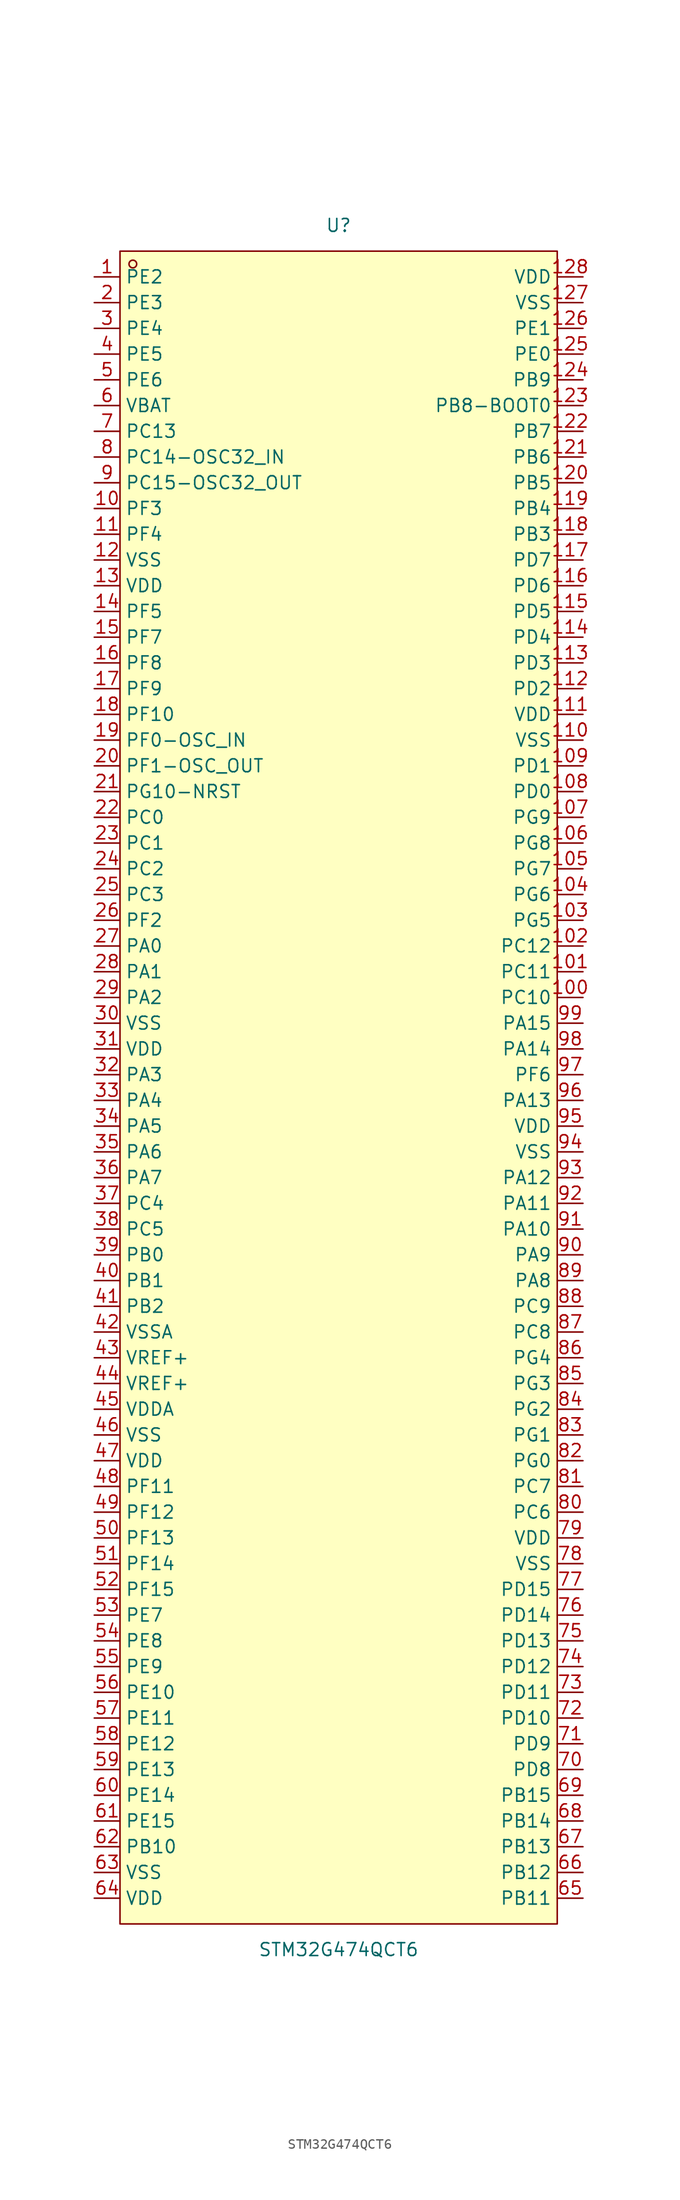
<source format=kicad_sym>
(kicad_symbol_lib
  (version 20241209)
  (generator "kicad_symbol_editor")
  (generator_version "9.0")
  (symbol "STM32G474QCT6"
    (property "Reference" "U"
      (at 0 85.09 0)
      (effects (font (size 1.27 1.27))))
    (property "Value" "STM32G474QCT6"
      (at 0 -85.09 0)
      (effects (font (size 1.27 1.27))))
    (symbol "STM32G474QCT6_0_1"
      (rectangle (start -21.59 82.55) (end 21.59 -82.55) (stroke (width 0) (type default)) (fill (type background)))
      (circle (center -20.32 81.28) (radius 0.38) (stroke (width 0) (type default)) (fill (type none)))
      (pin unspecified line (at -24.13 80.01 0) (length 2.54) (name "PE2" (effects (font (size 1.27 1.27)))) (number "1" (effects (font (size 1.27 1.27)))))
      (pin unspecified line (at -24.13 77.47 0) (length 2.54) (name "PE3" (effects (font (size 1.27 1.27)))) (number "2" (effects (font (size 1.27 1.27)))))
      (pin unspecified line (at -24.13 74.93 0) (length 2.54) (name "PE4" (effects (font (size 1.27 1.27)))) (number "3" (effects (font (size 1.27 1.27)))))
      (pin unspecified line (at -24.13 72.39 0) (length 2.54) (name "PE5" (effects (font (size 1.27 1.27)))) (number "4" (effects (font (size 1.27 1.27)))))
      (pin unspecified line (at -24.13 69.85 0) (length 2.54) (name "PE6" (effects (font (size 1.27 1.27)))) (number "5" (effects (font (size 1.27 1.27)))))
      (pin unspecified line (at -24.13 67.31 0) (length 2.54) (name "VBAT" (effects (font (size 1.27 1.27)))) (number "6" (effects (font (size 1.27 1.27)))))
      (pin unspecified line (at -24.13 64.77 0) (length 2.54) (name "PC13" (effects (font (size 1.27 1.27)))) (number "7" (effects (font (size 1.27 1.27)))))
      (pin unspecified line (at -24.13 62.23 0) (length 2.54) (name "PC14-OSC32_IN" (effects (font (size 1.27 1.27)))) (number "8" (effects (font (size 1.27 1.27)))))
      (pin unspecified line (at -24.13 59.69 0) (length 2.54) (name "PC15-OSC32_OUT" (effects (font (size 1.27 1.27)))) (number "9" (effects (font (size 1.27 1.27)))))
      (pin unspecified line (at -24.13 57.15 0) (length 2.54) (name "PF3" (effects (font (size 1.27 1.27)))) (number "10" (effects (font (size 1.27 1.27)))))
      (pin unspecified line (at -24.13 54.61 0) (length 2.54) (name "PF4" (effects (font (size 1.27 1.27)))) (number "11" (effects (font (size 1.27 1.27)))))
      (pin unspecified line (at -24.13 52.07 0) (length 2.54) (name "VSS" (effects (font (size 1.27 1.27)))) (number "12" (effects (font (size 1.27 1.27)))))
      (pin unspecified line (at -24.13 49.53 0) (length 2.54) (name "VDD" (effects (font (size 1.27 1.27)))) (number "13" (effects (font (size 1.27 1.27)))))
      (pin unspecified line (at -24.13 46.99 0) (length 2.54) (name "PF5" (effects (font (size 1.27 1.27)))) (number "14" (effects (font (size 1.27 1.27)))))
      (pin unspecified line (at -24.13 44.45 0) (length 2.54) (name "PF7" (effects (font (size 1.27 1.27)))) (number "15" (effects (font (size 1.27 1.27)))))
      (pin unspecified line (at -24.13 41.91 0) (length 2.54) (name "PF8" (effects (font (size 1.27 1.27)))) (number "16" (effects (font (size 1.27 1.27)))))
      (pin unspecified line (at -24.13 39.37 0) (length 2.54) (name "PF9" (effects (font (size 1.27 1.27)))) (number "17" (effects (font (size 1.27 1.27)))))
      (pin unspecified line (at -24.13 36.83 0) (length 2.54) (name "PF10" (effects (font (size 1.27 1.27)))) (number "18" (effects (font (size 1.27 1.27)))))
      (pin unspecified line (at -24.13 34.29 0) (length 2.54) (name "PF0-OSC_IN" (effects (font (size 1.27 1.27)))) (number "19" (effects (font (size 1.27 1.27)))))
      (pin unspecified line (at -24.13 31.75 0) (length 2.54) (name "PF1-OSC_OUT" (effects (font (size 1.27 1.27)))) (number "20" (effects (font (size 1.27 1.27)))))
      (pin unspecified line (at -24.13 29.21 0) (length 2.54) (name "PG10-NRST" (effects (font (size 1.27 1.27)))) (number "21" (effects (font (size 1.27 1.27)))))
      (pin unspecified line (at -24.13 26.67 0) (length 2.54) (name "PC0" (effects (font (size 1.27 1.27)))) (number "22" (effects (font (size 1.27 1.27)))))
      (pin unspecified line (at -24.13 24.13 0) (length 2.54) (name "PC1" (effects (font (size 1.27 1.27)))) (number "23" (effects (font (size 1.27 1.27)))))
      (pin unspecified line (at -24.13 21.59 0) (length 2.54) (name "PC2" (effects (font (size 1.27 1.27)))) (number "24" (effects (font (size 1.27 1.27)))))
      (pin unspecified line (at -24.13 19.05 0) (length 2.54) (name "PC3" (effects (font (size 1.27 1.27)))) (number "25" (effects (font (size 1.27 1.27)))))
      (pin unspecified line (at -24.13 16.51 0) (length 2.54) (name "PF2" (effects (font (size 1.27 1.27)))) (number "26" (effects (font (size 1.27 1.27)))))
      (pin unspecified line (at -24.13 13.97 0) (length 2.54) (name "PA0" (effects (font (size 1.27 1.27)))) (number "27" (effects (font (size 1.27 1.27)))))
      (pin unspecified line (at -24.13 11.43 0) (length 2.54) (name "PA1" (effects (font (size 1.27 1.27)))) (number "28" (effects (font (size 1.27 1.27)))))
      (pin unspecified line (at -24.13 8.89 0) (length 2.54) (name "PA2" (effects (font (size 1.27 1.27)))) (number "29" (effects (font (size 1.27 1.27)))))
      (pin unspecified line (at -24.13 6.35 0) (length 2.54) (name "VSS" (effects (font (size 1.27 1.27)))) (number "30" (effects (font (size 1.27 1.27)))))
      (pin unspecified line (at -24.13 3.81 0) (length 2.54) (name "VDD" (effects (font (size 1.27 1.27)))) (number "31" (effects (font (size 1.27 1.27)))))
      (pin unspecified line (at -24.13 1.27 0) (length 2.54) (name "PA3" (effects (font (size 1.27 1.27)))) (number "32" (effects (font (size 1.27 1.27)))))
      (pin unspecified line (at -24.13 -1.27 0) (length 2.54) (name "PA4" (effects (font (size 1.27 1.27)))) (number "33" (effects (font (size 1.27 1.27)))))
      (pin unspecified line (at -24.13 -3.81 0) (length 2.54) (name "PA5" (effects (font (size 1.27 1.27)))) (number "34" (effects (font (size 1.27 1.27)))))
      (pin unspecified line (at -24.13 -6.35 0) (length 2.54) (name "PA6" (effects (font (size 1.27 1.27)))) (number "35" (effects (font (size 1.27 1.27)))))
      (pin unspecified line (at -24.13 -8.89 0) (length 2.54) (name "PA7" (effects (font (size 1.27 1.27)))) (number "36" (effects (font (size 1.27 1.27)))))
      (pin unspecified line (at -24.13 -11.43 0) (length 2.54) (name "PC4" (effects (font (size 1.27 1.27)))) (number "37" (effects (font (size 1.27 1.27)))))
      (pin unspecified line (at -24.13 -13.97 0) (length 2.54) (name "PC5" (effects (font (size 1.27 1.27)))) (number "38" (effects (font (size 1.27 1.27)))))
      (pin unspecified line (at -24.13 -16.51 0) (length 2.54) (name "PB0" (effects (font (size 1.27 1.27)))) (number "39" (effects (font (size 1.27 1.27)))))
      (pin unspecified line (at -24.13 -19.05 0) (length 2.54) (name "PB1" (effects (font (size 1.27 1.27)))) (number "40" (effects (font (size 1.27 1.27)))))
      (pin unspecified line (at -24.13 -21.59 0) (length 2.54) (name "PB2" (effects (font (size 1.27 1.27)))) (number "41" (effects (font (size 1.27 1.27)))))
      (pin unspecified line (at -24.13 -24.13 0) (length 2.54) (name "VSSA" (effects (font (size 1.27 1.27)))) (number "42" (effects (font (size 1.27 1.27)))))
      (pin unspecified line (at -24.13 -26.67 0) (length 2.54) (name "VREF+" (effects (font (size 1.27 1.27)))) (number "43" (effects (font (size 1.27 1.27)))))
      (pin unspecified line (at -24.13 -29.21 0) (length 2.54) (name "VREF+" (effects (font (size 1.27 1.27)))) (number "44" (effects (font (size 1.27 1.27)))))
      (pin unspecified line (at -24.13 -31.75 0) (length 2.54) (name "VDDA" (effects (font (size 1.27 1.27)))) (number "45" (effects (font (size 1.27 1.27)))))
      (pin unspecified line (at -24.13 -34.29 0) (length 2.54) (name "VSS" (effects (font (size 1.27 1.27)))) (number "46" (effects (font (size 1.27 1.27)))))
      (pin unspecified line (at -24.13 -36.83 0) (length 2.54) (name "VDD" (effects (font (size 1.27 1.27)))) (number "47" (effects (font (size 1.27 1.27)))))
      (pin unspecified line (at -24.13 -39.37 0) (length 2.54) (name "PF11" (effects (font (size 1.27 1.27)))) (number "48" (effects (font (size 1.27 1.27)))))
      (pin unspecified line (at -24.13 -41.91 0) (length 2.54) (name "PF12" (effects (font (size 1.27 1.27)))) (number "49" (effects (font (size 1.27 1.27)))))
      (pin unspecified line (at -24.13 -44.45 0) (length 2.54) (name "PF13" (effects (font (size 1.27 1.27)))) (number "50" (effects (font (size 1.27 1.27)))))
      (pin unspecified line (at -24.13 -46.99 0) (length 2.54) (name "PF14" (effects (font (size 1.27 1.27)))) (number "51" (effects (font (size 1.27 1.27)))))
      (pin unspecified line (at -24.13 -49.53 0) (length 2.54) (name "PF15" (effects (font (size 1.27 1.27)))) (number "52" (effects (font (size 1.27 1.27)))))
      (pin unspecified line (at -24.13 -52.07 0) (length 2.54) (name "PE7" (effects (font (size 1.27 1.27)))) (number "53" (effects (font (size 1.27 1.27)))))
      (pin unspecified line (at -24.13 -54.61 0) (length 2.54) (name "PE8" (effects (font (size 1.27 1.27)))) (number "54" (effects (font (size 1.27 1.27)))))
      (pin unspecified line (at -24.13 -57.15 0) (length 2.54) (name "PE9" (effects (font (size 1.27 1.27)))) (number "55" (effects (font (size 1.27 1.27)))))
      (pin unspecified line (at -24.13 -59.69 0) (length 2.54) (name "PE10" (effects (font (size 1.27 1.27)))) (number "56" (effects (font (size 1.27 1.27)))))
      (pin unspecified line (at -24.13 -62.23 0) (length 2.54) (name "PE11" (effects (font (size 1.27 1.27)))) (number "57" (effects (font (size 1.27 1.27)))))
      (pin unspecified line (at -24.13 -64.77 0) (length 2.54) (name "PE12" (effects (font (size 1.27 1.27)))) (number "58" (effects (font (size 1.27 1.27)))))
      (pin unspecified line (at -24.13 -67.31 0) (length 2.54) (name "PE13" (effects (font (size 1.27 1.27)))) (number "59" (effects (font (size 1.27 1.27)))))
      (pin unspecified line (at -24.13 -69.85 0) (length 2.54) (name "PE14" (effects (font (size 1.27 1.27)))) (number "60" (effects (font (size 1.27 1.27)))))
      (pin unspecified line (at -24.13 -72.39 0) (length 2.54) (name "PE15" (effects (font (size 1.27 1.27)))) (number "61" (effects (font (size 1.27 1.27)))))
      (pin unspecified line (at -24.13 -74.93 0) (length 2.54) (name "PB10" (effects (font (size 1.27 1.27)))) (number "62" (effects (font (size 1.27 1.27)))))
      (pin unspecified line (at -24.13 -77.47 0) (length 2.54) (name "VSS" (effects (font (size 1.27 1.27)))) (number "63" (effects (font (size 1.27 1.27)))))
      (pin unspecified line (at -24.13 -80.01 0) (length 2.54) (name "VDD" (effects (font (size 1.27 1.27)))) (number "64" (effects (font (size 1.27 1.27)))))
      (pin unspecified line (at 24.13 80.01 180) (length 2.54) (name "VDD" (effects (font (size 1.27 1.27)))) (number "128" (effects (font (size 1.27 1.27)))))
      (pin unspecified line (at 24.13 77.47 180) (length 2.54) (name "VSS" (effects (font (size 1.27 1.27)))) (number "127" (effects (font (size 1.27 1.27)))))
      (pin unspecified line (at 24.13 74.93 180) (length 2.54) (name "PE1" (effects (font (size 1.27 1.27)))) (number "126" (effects (font (size 1.27 1.27)))))
      (pin unspecified line (at 24.13 72.39 180) (length 2.54) (name "PE0" (effects (font (size 1.27 1.27)))) (number "125" (effects (font (size 1.27 1.27)))))
      (pin unspecified line (at 24.13 69.85 180) (length 2.54) (name "PB9" (effects (font (size 1.27 1.27)))) (number "124" (effects (font (size 1.27 1.27)))))
      (pin unspecified line (at 24.13 67.31 180) (length 2.54) (name "PB8-BOOT0" (effects (font (size 1.27 1.27)))) (number "123" (effects (font (size 1.27 1.27)))))
      (pin unspecified line (at 24.13 64.77 180) (length 2.54) (name "PB7" (effects (font (size 1.27 1.27)))) (number "122" (effects (font (size 1.27 1.27)))))
      (pin unspecified line (at 24.13 62.23 180) (length 2.54) (name "PB6" (effects (font (size 1.27 1.27)))) (number "121" (effects (font (size 1.27 1.27)))))
      (pin unspecified line (at 24.13 59.69 180) (length 2.54) (name "PB5" (effects (font (size 1.27 1.27)))) (number "120" (effects (font (size 1.27 1.27)))))
      (pin unspecified line (at 24.13 57.15 180) (length 2.54) (name "PB4" (effects (font (size 1.27 1.27)))) (number "119" (effects (font (size 1.27 1.27)))))
      (pin unspecified line (at 24.13 54.61 180) (length 2.54) (name "PB3" (effects (font (size 1.27 1.27)))) (number "118" (effects (font (size 1.27 1.27)))))
      (pin unspecified line (at 24.13 52.07 180) (length 2.54) (name "PD7" (effects (font (size 1.27 1.27)))) (number "117" (effects (font (size 1.27 1.27)))))
      (pin unspecified line (at 24.13 49.53 180) (length 2.54) (name "PD6" (effects (font (size 1.27 1.27)))) (number "116" (effects (font (size 1.27 1.27)))))
      (pin unspecified line (at 24.13 46.99 180) (length 2.54) (name "PD5" (effects (font (size 1.27 1.27)))) (number "115" (effects (font (size 1.27 1.27)))))
      (pin unspecified line (at 24.13 44.45 180) (length 2.54) (name "PD4" (effects (font (size 1.27 1.27)))) (number "114" (effects (font (size 1.27 1.27)))))
      (pin unspecified line (at 24.13 41.91 180) (length 2.54) (name "PD3" (effects (font (size 1.27 1.27)))) (number "113" (effects (font (size 1.27 1.27)))))
      (pin unspecified line (at 24.13 39.37 180) (length 2.54) (name "PD2" (effects (font (size 1.27 1.27)))) (number "112" (effects (font (size 1.27 1.27)))))
      (pin unspecified line (at 24.13 36.83 180) (length 2.54) (name "VDD" (effects (font (size 1.27 1.27)))) (number "111" (effects (font (size 1.27 1.27)))))
      (pin unspecified line (at 24.13 34.29 180) (length 2.54) (name "VSS" (effects (font (size 1.27 1.27)))) (number "110" (effects (font (size 1.27 1.27)))))
      (pin unspecified line (at 24.13 31.75 180) (length 2.54) (name "PD1" (effects (font (size 1.27 1.27)))) (number "109" (effects (font (size 1.27 1.27)))))
      (pin unspecified line (at 24.13 29.21 180) (length 2.54) (name "PD0" (effects (font (size 1.27 1.27)))) (number "108" (effects (font (size 1.27 1.27)))))
      (pin unspecified line (at 24.13 26.67 180) (length 2.54) (name "PG9" (effects (font (size 1.27 1.27)))) (number "107" (effects (font (size 1.27 1.27)))))
      (pin unspecified line (at 24.13 24.13 180) (length 2.54) (name "PG8" (effects (font (size 1.27 1.27)))) (number "106" (effects (font (size 1.27 1.27)))))
      (pin unspecified line (at 24.13 21.59 180) (length 2.54) (name "PG7" (effects (font (size 1.27 1.27)))) (number "105" (effects (font (size 1.27 1.27)))))
      (pin unspecified line (at 24.13 19.05 180) (length 2.54) (name "PG6" (effects (font (size 1.27 1.27)))) (number "104" (effects (font (size 1.27 1.27)))))
      (pin unspecified line (at 24.13 16.51 180) (length 2.54) (name "PG5" (effects (font (size 1.27 1.27)))) (number "103" (effects (font (size 1.27 1.27)))))
      (pin unspecified line (at 24.13 13.97 180) (length 2.54) (name "PC12" (effects (font (size 1.27 1.27)))) (number "102" (effects (font (size 1.27 1.27)))))
      (pin unspecified line (at 24.13 11.43 180) (length 2.54) (name "PC11" (effects (font (size 1.27 1.27)))) (number "101" (effects (font (size 1.27 1.27)))))
      (pin unspecified line (at 24.13 8.89 180) (length 2.54) (name "PC10" (effects (font (size 1.27 1.27)))) (number "100" (effects (font (size 1.27 1.27)))))
      (pin unspecified line (at 24.13 6.35 180) (length 2.54) (name "PA15" (effects (font (size 1.27 1.27)))) (number "99" (effects (font (size 1.27 1.27)))))
      (pin unspecified line (at 24.13 3.81 180) (length 2.54) (name "PA14" (effects (font (size 1.27 1.27)))) (number "98" (effects (font (size 1.27 1.27)))))
      (pin unspecified line (at 24.13 1.27 180) (length 2.54) (name "PF6" (effects (font (size 1.27 1.27)))) (number "97" (effects (font (size 1.27 1.27)))))
      (pin unspecified line (at 24.13 -1.27 180) (length 2.54) (name "PA13" (effects (font (size 1.27 1.27)))) (number "96" (effects (font (size 1.27 1.27)))))
      (pin unspecified line (at 24.13 -3.81 180) (length 2.54) (name "VDD" (effects (font (size 1.27 1.27)))) (number "95" (effects (font (size 1.27 1.27)))))
      (pin unspecified line (at 24.13 -6.35 180) (length 2.54) (name "VSS" (effects (font (size 1.27 1.27)))) (number "94" (effects (font (size 1.27 1.27)))))
      (pin unspecified line (at 24.13 -8.89 180) (length 2.54) (name "PA12" (effects (font (size 1.27 1.27)))) (number "93" (effects (font (size 1.27 1.27)))))
      (pin unspecified line (at 24.13 -11.43 180) (length 2.54) (name "PA11" (effects (font (size 1.27 1.27)))) (number "92" (effects (font (size 1.27 1.27)))))
      (pin unspecified line (at 24.13 -13.97 180) (length 2.54) (name "PA10" (effects (font (size 1.27 1.27)))) (number "91" (effects (font (size 1.27 1.27)))))
      (pin unspecified line (at 24.13 -16.51 180) (length 2.54) (name "PA9" (effects (font (size 1.27 1.27)))) (number "90" (effects (font (size 1.27 1.27)))))
      (pin unspecified line (at 24.13 -19.05 180) (length 2.54) (name "PA8" (effects (font (size 1.27 1.27)))) (number "89" (effects (font (size 1.27 1.27)))))
      (pin unspecified line (at 24.13 -21.59 180) (length 2.54) (name "PC9" (effects (font (size 1.27 1.27)))) (number "88" (effects (font (size 1.27 1.27)))))
      (pin unspecified line (at 24.13 -24.13 180) (length 2.54) (name "PC8" (effects (font (size 1.27 1.27)))) (number "87" (effects (font (size 1.27 1.27)))))
      (pin unspecified line (at 24.13 -26.67 180) (length 2.54) (name "PG4" (effects (font (size 1.27 1.27)))) (number "86" (effects (font (size 1.27 1.27)))))
      (pin unspecified line (at 24.13 -29.21 180) (length 2.54) (name "PG3" (effects (font (size 1.27 1.27)))) (number "85" (effects (font (size 1.27 1.27)))))
      (pin unspecified line (at 24.13 -31.75 180) (length 2.54) (name "PG2" (effects (font (size 1.27 1.27)))) (number "84" (effects (font (size 1.27 1.27)))))
      (pin unspecified line (at 24.13 -34.29 180) (length 2.54) (name "PG1" (effects (font (size 1.27 1.27)))) (number "83" (effects (font (size 1.27 1.27)))))
      (pin unspecified line (at 24.13 -36.83 180) (length 2.54) (name "PG0" (effects (font (size 1.27 1.27)))) (number "82" (effects (font (size 1.27 1.27)))))
      (pin unspecified line (at 24.13 -39.37 180) (length 2.54) (name "PC7" (effects (font (size 1.27 1.27)))) (number "81" (effects (font (size 1.27 1.27)))))
      (pin unspecified line (at 24.13 -41.91 180) (length 2.54) (name "PC6" (effects (font (size 1.27 1.27)))) (number "80" (effects (font (size 1.27 1.27)))))
      (pin unspecified line (at 24.13 -44.45 180) (length 2.54) (name "VDD" (effects (font (size 1.27 1.27)))) (number "79" (effects (font (size 1.27 1.27)))))
      (pin unspecified line (at 24.13 -46.99 180) (length 2.54) (name "VSS" (effects (font (size 1.27 1.27)))) (number "78" (effects (font (size 1.27 1.27)))))
      (pin unspecified line (at 24.13 -49.53 180) (length 2.54) (name "PD15" (effects (font (size 1.27 1.27)))) (number "77" (effects (font (size 1.27 1.27)))))
      (pin unspecified line (at 24.13 -52.07 180) (length 2.54) (name "PD14" (effects (font (size 1.27 1.27)))) (number "76" (effects (font (size 1.27 1.27)))))
      (pin unspecified line (at 24.13 -54.61 180) (length 2.54) (name "PD13" (effects (font (size 1.27 1.27)))) (number "75" (effects (font (size 1.27 1.27)))))
      (pin unspecified line (at 24.13 -57.15 180) (length 2.54) (name "PD12" (effects (font (size 1.27 1.27)))) (number "74" (effects (font (size 1.27 1.27)))))
      (pin unspecified line (at 24.13 -59.69 180) (length 2.54) (name "PD11" (effects (font (size 1.27 1.27)))) (number "73" (effects (font (size 1.27 1.27)))))
      (pin unspecified line (at 24.13 -62.23 180) (length 2.54) (name "PD10" (effects (font (size 1.27 1.27)))) (number "72" (effects (font (size 1.27 1.27)))))
      (pin unspecified line (at 24.13 -64.77 180) (length 2.54) (name "PD9" (effects (font (size 1.27 1.27)))) (number "71" (effects (font (size 1.27 1.27)))))
      (pin unspecified line (at 24.13 -67.31 180) (length 2.54) (name "PD8" (effects (font (size 1.27 1.27)))) (number "70" (effects (font (size 1.27 1.27)))))
      (pin unspecified line (at 24.13 -69.85 180) (length 2.54) (name "PB15" (effects (font (size 1.27 1.27)))) (number "69" (effects (font (size 1.27 1.27)))))
      (pin unspecified line (at 24.13 -72.39 180) (length 2.54) (name "PB14" (effects (font (size 1.27 1.27)))) (number "68" (effects (font (size 1.27 1.27)))))
      (pin unspecified line (at 24.13 -74.93 180) (length 2.54) (name "PB13" (effects (font (size 1.27 1.27)))) (number "67" (effects (font (size 1.27 1.27)))))
      (pin unspecified line (at 24.13 -77.47 180) (length 2.54) (name "PB12" (effects (font (size 1.27 1.27)))) (number "66" (effects (font (size 1.27 1.27)))))
      (pin unspecified line (at 24.13 -80.01 180) (length 2.54) (name "PB11" (effects (font (size 1.27 1.27)))) (number "65" (effects (font (size 1.27 1.27))))))))
</source>
